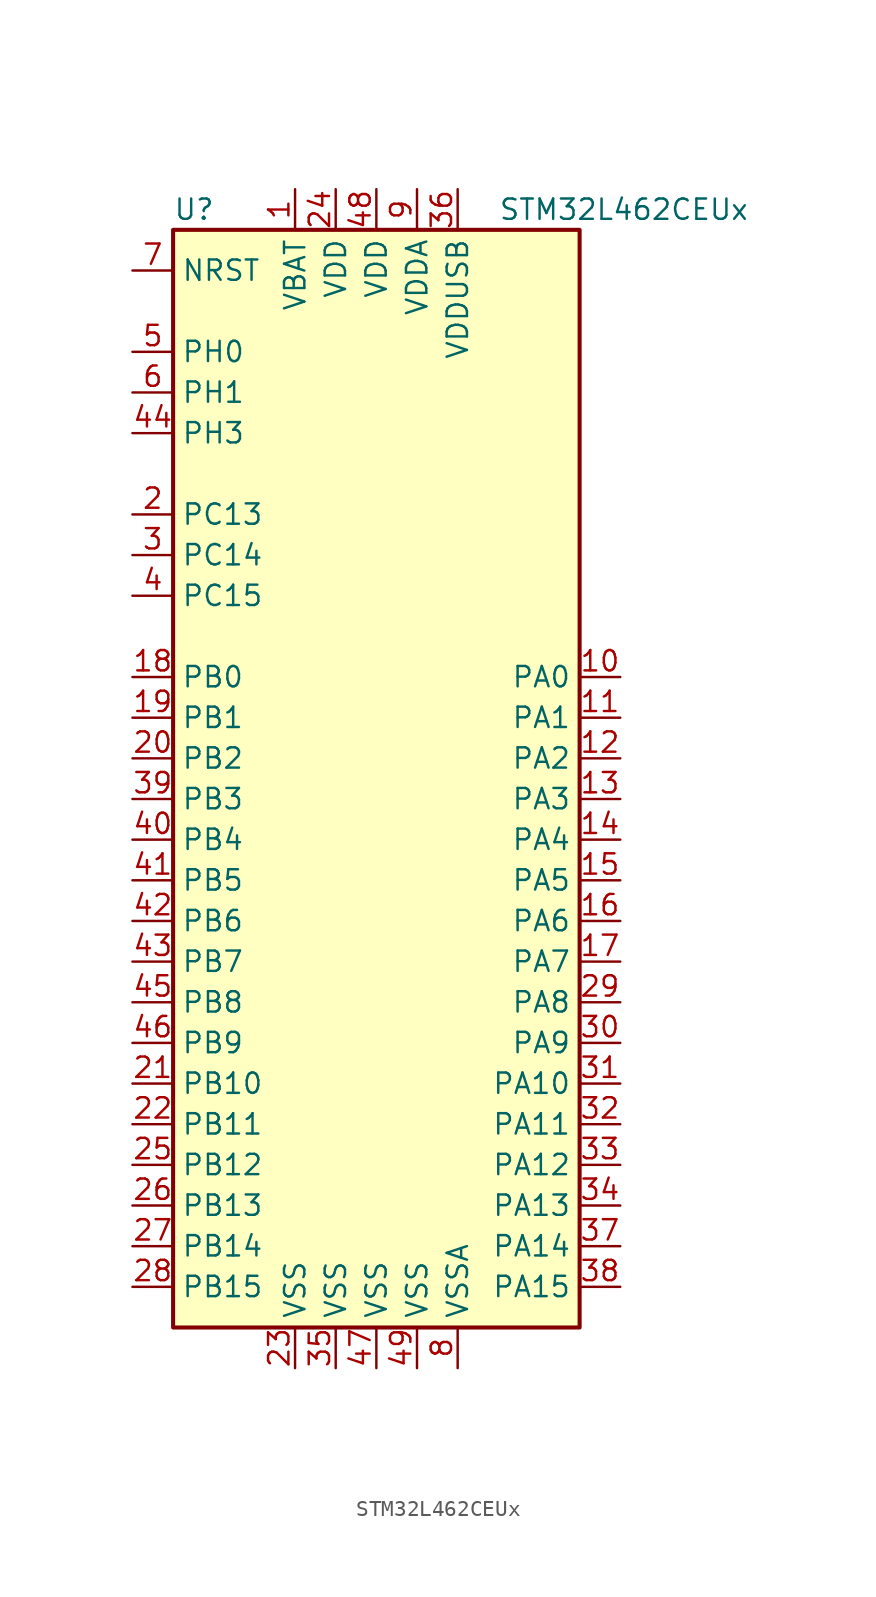
<source format=kicad_sym>
(kicad_symbol_lib
  (version 20220914)
  (generator kicad_symbol_editor)
  (symbol "STM32L462CEUx"
    (property "Reference" "U"
      (at -12.7 34.29 0)
      (effects (font (size 1.27 1.27)) (justify left)))
    (property "Value" "STM32L462CEUx"
      (at 7.62 34.29 0)
      (effects (font (size 1.27 1.27)) (justify left)))
    (symbol "STM32L462CEUx_0_1"
      (rectangle (start -12.7 -35.56) (end 12.7 33.02) (stroke (width 0.254) (type default)) (fill (type background))))
    (symbol "STM32L462CEUx_1_1"
      (pin power_in line (at -5.08 35.56 270) (length 2.54) (name "VBAT" (effects (font (size 1.27 1.27)))) (number "1" (effects (font (size 1.27 1.27)))))
      (pin bidirectional line (at 15.24 5.08 180) (length 2.54) (name "PA0" (effects (font (size 1.27 1.27)))) (number "10" (effects (font (size 1.27 1.27)))))
      (pin bidirectional line (at 15.24 2.54 180) (length 2.54) (name "PA1" (effects (font (size 1.27 1.27)))) (number "11" (effects (font (size 1.27 1.27)))))
      (pin bidirectional line (at 15.24 0 180) (length 2.54) (name "PA2" (effects (font (size 1.27 1.27)))) (number "12" (effects (font (size 1.27 1.27)))))
      (pin bidirectional line (at 15.24 -2.54 180) (length 2.54) (name "PA3" (effects (font (size 1.27 1.27)))) (number "13" (effects (font (size 1.27 1.27)))))
      (pin bidirectional line (at 15.24 -5.08 180) (length 2.54) (name "PA4" (effects (font (size 1.27 1.27)))) (number "14" (effects (font (size 1.27 1.27)))))
      (pin bidirectional line (at 15.24 -7.62 180) (length 2.54) (name "PA5" (effects (font (size 1.27 1.27)))) (number "15" (effects (font (size 1.27 1.27)))))
      (pin bidirectional line (at 15.24 -10.16 180) (length 2.54) (name "PA6" (effects (font (size 1.27 1.27)))) (number "16" (effects (font (size 1.27 1.27)))))
      (pin bidirectional line (at 15.24 -12.7 180) (length 2.54) (name "PA7" (effects (font (size 1.27 1.27)))) (number "17" (effects (font (size 1.27 1.27)))))
      (pin bidirectional line (at -15.24 5.08 0) (length 2.54) (name "PB0" (effects (font (size 1.27 1.27)))) (number "18" (effects (font (size 1.27 1.27)))))
      (pin bidirectional line (at -15.24 2.54 0) (length 2.54) (name "PB1" (effects (font (size 1.27 1.27)))) (number "19" (effects (font (size 1.27 1.27)))))
      (pin bidirectional line (at -15.24 15.24 0) (length 2.54) (name "PC13" (effects (font (size 1.27 1.27)))) (number "2" (effects (font (size 1.27 1.27)))))
      (pin bidirectional line (at -15.24 0 0) (length 2.54) (name "PB2" (effects (font (size 1.27 1.27)))) (number "20" (effects (font (size 1.27 1.27)))))
      (pin bidirectional line (at -15.24 -20.32 0) (length 2.54) (name "PB10" (effects (font (size 1.27 1.27)))) (number "21" (effects (font (size 1.27 1.27)))))
      (pin bidirectional line (at -15.24 -22.86 0) (length 2.54) (name "PB11" (effects (font (size 1.27 1.27)))) (number "22" (effects (font (size 1.27 1.27)))))
      (pin power_in line (at -5.08 -38.1 90) (length 2.54) (name "VSS" (effects (font (size 1.27 1.27)))) (number "23" (effects (font (size 1.27 1.27)))))
      (pin power_in line (at -2.54 35.56 270) (length 2.54) (name "VDD" (effects (font (size 1.27 1.27)))) (number "24" (effects (font (size 1.27 1.27)))))
      (pin bidirectional line (at -15.24 -25.4 0) (length 2.54) (name "PB12" (effects (font (size 1.27 1.27)))) (number "25" (effects (font (size 1.27 1.27)))))
      (pin bidirectional line (at -15.24 -27.94 0) (length 2.54) (name "PB13" (effects (font (size 1.27 1.27)))) (number "26" (effects (font (size 1.27 1.27)))))
      (pin bidirectional line (at -15.24 -30.48 0) (length 2.54) (name "PB14" (effects (font (size 1.27 1.27)))) (number "27" (effects (font (size 1.27 1.27)))))
      (pin bidirectional line (at -15.24 -33.02 0) (length 2.54) (name "PB15" (effects (font (size 1.27 1.27)))) (number "28" (effects (font (size 1.27 1.27)))))
      (pin bidirectional line (at 15.24 -15.24 180) (length 2.54) (name "PA8" (effects (font (size 1.27 1.27)))) (number "29" (effects (font (size 1.27 1.27)))))
      (pin bidirectional line (at -15.24 12.7 0) (length 2.54) (name "PC14" (effects (font (size 1.27 1.27)))) (number "3" (effects (font (size 1.27 1.27)))))
      (pin bidirectional line (at 15.24 -17.78 180) (length 2.54) (name "PA9" (effects (font (size 1.27 1.27)))) (number "30" (effects (font (size 1.27 1.27)))))
      (pin bidirectional line (at 15.24 -20.32 180) (length 2.54) (name "PA10" (effects (font (size 1.27 1.27)))) (number "31" (effects (font (size 1.27 1.27)))))
      (pin bidirectional line (at 15.24 -22.86 180) (length 2.54) (name "PA11" (effects (font (size 1.27 1.27)))) (number "32" (effects (font (size 1.27 1.27)))))
      (pin bidirectional line (at 15.24 -25.4 180) (length 2.54) (name "PA12" (effects (font (size 1.27 1.27)))) (number "33" (effects (font (size 1.27 1.27)))))
      (pin bidirectional line (at 15.24 -27.94 180) (length 2.54) (name "PA13" (effects (font (size 1.27 1.27)))) (number "34" (effects (font (size 1.27 1.27)))))
      (pin power_in line (at -2.54 -38.1 90) (length 2.54) (name "VSS" (effects (font (size 1.27 1.27)))) (number "35" (effects (font (size 1.27 1.27)))))
      (pin power_in line (at 5.08 35.56 270) (length 2.54) (name "VDDUSB" (effects (font (size 1.27 1.27)))) (number "36" (effects (font (size 1.27 1.27)))))
      (pin bidirectional line (at 15.24 -30.48 180) (length 2.54) (name "PA14" (effects (font (size 1.27 1.27)))) (number "37" (effects (font (size 1.27 1.27)))))
      (pin bidirectional line (at 15.24 -33.02 180) (length 2.54) (name "PA15" (effects (font (size 1.27 1.27)))) (number "38" (effects (font (size 1.27 1.27)))))
      (pin bidirectional line (at -15.24 -2.54 0) (length 2.54) (name "PB3" (effects (font (size 1.27 1.27)))) (number "39" (effects (font (size 1.27 1.27)))))
      (pin bidirectional line (at -15.24 10.16 0) (length 2.54) (name "PC15" (effects (font (size 1.27 1.27)))) (number "4" (effects (font (size 1.27 1.27)))))
      (pin bidirectional line (at -15.24 -5.08 0) (length 2.54) (name "PB4" (effects (font (size 1.27 1.27)))) (number "40" (effects (font (size 1.27 1.27)))))
      (pin bidirectional line (at -15.24 -7.62 0) (length 2.54) (name "PB5" (effects (font (size 1.27 1.27)))) (number "41" (effects (font (size 1.27 1.27)))))
      (pin bidirectional line (at -15.24 -10.16 0) (length 2.54) (name "PB6" (effects (font (size 1.27 1.27)))) (number "42" (effects (font (size 1.27 1.27)))))
      (pin bidirectional line (at -15.24 -12.7 0) (length 2.54) (name "PB7" (effects (font (size 1.27 1.27)))) (number "43" (effects (font (size 1.27 1.27)))))
      (pin bidirectional line (at -15.24 20.32 0) (length 2.54) (name "PH3" (effects (font (size 1.27 1.27)))) (number "44" (effects (font (size 1.27 1.27)))))
      (pin bidirectional line (at -15.24 -15.24 0) (length 2.54) (name "PB8" (effects (font (size 1.27 1.27)))) (number "45" (effects (font (size 1.27 1.27)))))
      (pin bidirectional line (at -15.24 -17.78 0) (length 2.54) (name "PB9" (effects (font (size 1.27 1.27)))) (number "46" (effects (font (size 1.27 1.27)))))
      (pin power_in line (at 0 -38.1 90) (length 2.54) (name "VSS" (effects (font (size 1.27 1.27)))) (number "47" (effects (font (size 1.27 1.27)))))
      (pin power_in line (at 0 35.56 270) (length 2.54) (name "VDD" (effects (font (size 1.27 1.27)))) (number "48" (effects (font (size 1.27 1.27)))))
      (pin power_in line (at 2.54 -38.1 90) (length 2.54) (name "VSS" (effects (font (size 1.27 1.27)))) (number "49" (effects (font (size 1.27 1.27)))))
      (pin input line (at -15.24 25.4 0) (length 2.54) (name "PH0" (effects (font (size 1.27 1.27)))) (number "5" (effects (font (size 1.27 1.27)))))
      (pin input line (at -15.24 22.86 0) (length 2.54) (name "PH1" (effects (font (size 1.27 1.27)))) (number "6" (effects (font (size 1.27 1.27)))))
      (pin input line (at -15.24 30.48 0) (length 2.54) (name "NRST" (effects (font (size 1.27 1.27)))) (number "7" (effects (font (size 1.27 1.27)))))
      (pin power_in line (at 5.08 -38.1 90) (length 2.54) (name "VSSA" (effects (font (size 1.27 1.27)))) (number "8" (effects (font (size 1.27 1.27)))))
      (pin power_in line (at 2.54 35.56 270) (length 2.54) (name "VDDA" (effects (font (size 1.27 1.27)))) (number "9" (effects (font (size 1.27 1.27))))))))
</source>
